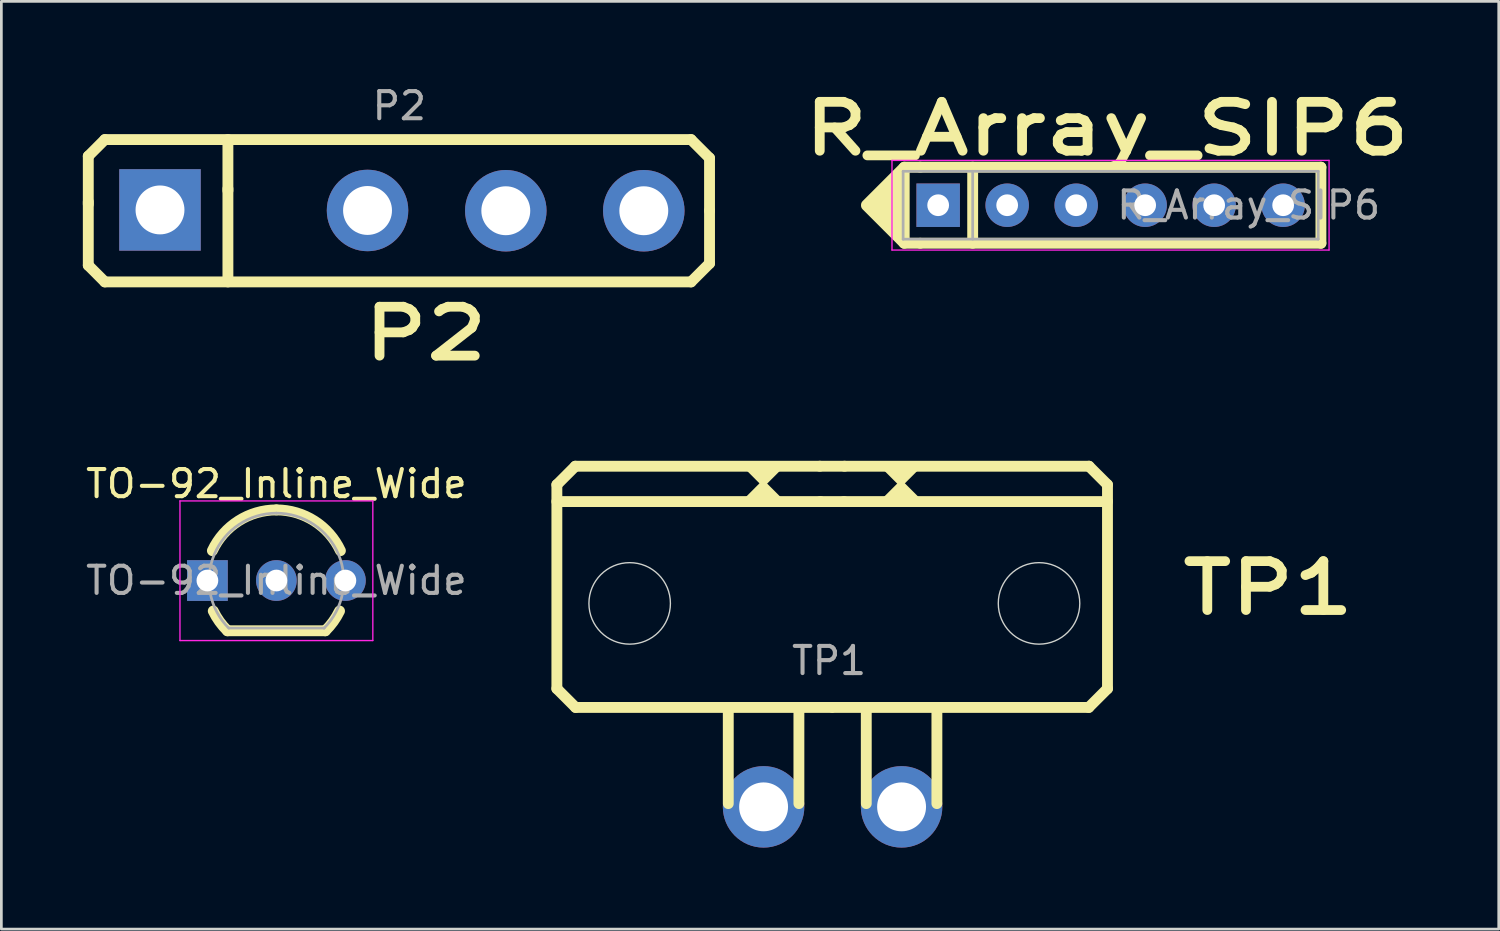
<source format=kicad_pcb>
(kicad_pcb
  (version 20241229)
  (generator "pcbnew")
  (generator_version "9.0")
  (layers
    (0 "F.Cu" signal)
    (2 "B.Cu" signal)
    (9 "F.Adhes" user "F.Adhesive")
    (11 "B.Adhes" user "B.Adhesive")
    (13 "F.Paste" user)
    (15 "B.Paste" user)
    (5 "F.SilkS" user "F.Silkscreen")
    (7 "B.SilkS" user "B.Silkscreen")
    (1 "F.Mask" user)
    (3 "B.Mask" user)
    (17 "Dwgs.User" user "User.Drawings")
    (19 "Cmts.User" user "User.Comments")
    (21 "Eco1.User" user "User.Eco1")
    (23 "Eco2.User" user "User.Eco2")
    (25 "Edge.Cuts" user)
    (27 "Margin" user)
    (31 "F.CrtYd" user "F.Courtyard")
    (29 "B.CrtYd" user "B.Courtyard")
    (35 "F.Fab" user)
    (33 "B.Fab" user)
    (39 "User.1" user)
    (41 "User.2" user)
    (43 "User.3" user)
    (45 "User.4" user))
  (footprint "R_Array_SIP6"
    (layer "F.Cu")
    (at 31.497 4.485)
    (property "Reference" "R_Array_SIP6" (at 6.2 -2.8 0) (layer "F.SilkS") (effects (font (size 1.8 2.3) (thickness 0.36) (bold yes))))
    (attr through_hole)
    (fp_line (start -0.67 -1.38) (end -1.26 -1.38) (stroke (width 0.4) (type default)) (layer "F.SilkS"))
    (fp_line (start -0.67 1.42) (end -1.26 1.42) (stroke (width 0.4) (type default)) (layer "F.SilkS"))
    (fp_line (start -0.67 1.42) (end 14.08 1.42) (stroke (width 0.4) (type solid)) (layer "F.SilkS"))
    (fp_line (start 1.26 -1.38) (end 1.26 1.42) (stroke (width 0.4) (type solid)) (layer "F.SilkS"))
    (fp_line (start 14.08 -1.38) (end -0.67 -1.38) (stroke (width 0.4) (type solid)) (layer "F.SilkS"))
    (fp_line (start 14.08 1.42) (end 14.08 -1.38) (stroke (width 0.4) (type solid)) (layer "F.SilkS"))
    (fp_poly (pts (xy -1.26 -1.38) (xy -2.65 0.01) (xy -2.65 0.03) (xy -1.26 1.42)) (stroke (width 0.4) (type solid)) (fill yes) (layer "F.SilkS"))
    (fp_line (start -1.71 -1.63) (end -1.71 1.67) (stroke (width 0.05) (type solid)) (layer "F.CrtYd"))
    (fp_line (start -1.71 1.67) (end 14.38 1.67) (stroke (width 0.05) (type solid)) (layer "F.CrtYd"))
    (fp_line (start 14.38 -1.63) (end -1.71 -1.63) (stroke (width 0.05) (type solid)) (layer "F.CrtYd"))
    (fp_line (start 14.38 1.67) (end 14.38 -1.63) (stroke (width 0.05) (type solid)) (layer "F.CrtYd"))
    (fp_line (start -1.3 -1.23) (end -1.3 1.27) (stroke (width 0.1) (type solid)) (layer "F.Fab"))
    (fp_line (start -1.3 1.27) (end 13.98 1.27) (stroke (width 0.1) (type solid)) (layer "F.Fab"))
    (fp_line (start 1.26 -1.23) (end 1.26 1.27) (stroke (width 0.1) (type solid)) (layer "F.Fab"))
    (fp_line (start 13.98 -1.23) (end -1.3 -1.23) (stroke (width 0.1) (type solid)) (layer "F.Fab"))
    (fp_line (start 13.98 1.27) (end 13.98 -1.23) (stroke (width 0.1) (type solid)) (layer "F.Fab"))
    (fp_text user "${REFERENCE}" (at 11.42 0.02 0) (layer "F.Fab") (effects (font (size 1 1) (thickness 0.15))))
    (pad "1" thru_hole rect (at -0.01 0.02) (size 1.6 1.6) (drill 0.8) (layers "*.Cu" "*.Mask"))
    (pad "2" thru_hole oval (at 2.53 0.02) (size 1.6 1.6) (drill 0.8) (layers "*.Cu" "*.Mask"))
    (pad "3" thru_hole oval (at 5.07 0.02) (size 1.6 1.6) (drill 0.8) (layers "*.Cu" "*.Mask"))
    (pad "4" thru_hole oval (at 7.61 0.02) (size 1.6 1.6) (drill 0.8) (layers "*.Cu" "*.Mask"))
    (pad "5" thru_hole oval (at 10.15 0.02) (size 1.6 1.6) (drill 0.8) (layers "*.Cu" "*.Mask"))
    (pad "6" thru_hole oval (at 12.69 0.02) (size 1.6 1.6) (drill 0.8) (layers "*.Cu" "*.Mask")))
  (footprint "TP1"
    (layer "F.Cu")
    (at 25.06 26.643)
    (property "Reference" "TP1" (at 18.58 -8.05 0) (unlocked yes) (layer "F.SilkS") (effects (font (size 1.8 2.3) (thickness 0.36) (bold yes))))
    (attr through_hole)
    (fp_line (start -7.61 -11.85) (end -6.93 -12.53) (stroke (width 0.4) (type default)) (layer "F.SilkS"))
    (fp_line (start -7.61 -11.23) (end 2.09 -11.23) (stroke (width 0.4) (type default)) (layer "F.SilkS"))
    (fp_line (start -7.61 -4.34) (end -7.61 -11.85) (stroke (width 0.4) (type default)) (layer "F.SilkS"))
    (fp_line (start -6.93 -12.53) (end 2.07 -12.53) (stroke (width 0.4) (type default)) (layer "F.SilkS"))
    (fp_line (start -6.92 -3.65) (end -7.61 -4.34) (stroke (width 0.4) (type default)) (layer "F.SilkS"))
    (fp_line (start -1.3 -3.65) (end -1.3 -0.11) (stroke (width 0.4) (type default)) (layer "F.SilkS"))
    (fp_line (start 1.3 -3.65) (end 1.3 -0.11) (stroke (width 0.4) (type default)) (layer "F.SilkS"))
    (fp_line (start 2.07 -12.53) (end 2.98 -12.53) (stroke (width 0.4) (type default)) (layer "F.SilkS"))
    (fp_line (start 2.09 -11.23) (end 2.96 -11.23) (stroke (width 0.4) (type default)) (layer "F.SilkS"))
    (fp_line (start 2.51 -3.65) (end -6.92 -3.65) (stroke (width 0.4) (type default)) (layer "F.SilkS"))
    (fp_line (start 2.54 -3.65) (end 11.97 -3.65) (stroke (width 0.4) (type default)) (layer "F.SilkS"))
    (fp_line (start 3.78 -3.65) (end 3.78 -0.11) (stroke (width 0.4) (type default)) (layer "F.SilkS"))
    (fp_line (start 6.38 -3.65) (end 6.38 -0.11) (stroke (width 0.4) (type default)) (layer "F.SilkS"))
    (fp_line (start 11.97 -3.65) (end 12.66 -4.34) (stroke (width 0.4) (type default)) (layer "F.SilkS"))
    (fp_line (start 11.98 -12.53) (end 2.98 -12.53) (stroke (width 0.4) (type default)) (layer "F.SilkS"))
    (fp_line (start 12.66 -11.85) (end 11.98 -12.53) (stroke (width 0.4) (type default)) (layer "F.SilkS"))
    (fp_line (start 12.66 -11.23) (end 2.96 -11.23) (stroke (width 0.4) (type default)) (layer "F.SilkS"))
    (fp_line (start 12.66 -4.34) (end 12.66 -11.85) (stroke (width 0.4) (type default)) (layer "F.SilkS"))
    (fp_poly (pts (xy 0.62 -11.26) (xy -0.01 -11.89) (xy -0.02 -11.89) (xy -0.65 -11.26)) (stroke (width 0.2) (type solid)) (fill yes) (layer "F.SilkS"))
    (fp_poly (pts (xy 0.63 -12.53) (xy 0 -11.9) (xy -0.01 -11.9) (xy -0.64 -12.53)) (stroke (width 0.2) (type solid)) (fill yes) (layer "F.SilkS"))
    (fp_poly (pts (xy 4.42 -12.53) (xy 5.05 -11.9) (xy 5.06 -11.9) (xy 5.69 -12.53)) (stroke (width 0.2) (type solid)) (fill yes) (layer "F.SilkS"))
    (fp_poly (pts (xy 4.43 -11.26) (xy 5.06 -11.89) (xy 5.07 -11.89) (xy 5.7 -11.26)) (stroke (width 0.2) (type solid)) (fill yes) (layer "F.SilkS"))
    (fp_circle (center -4.93 -7.48) (end -3.43 -7.48) (stroke (width 0.05) (type default)) (fill no) (layer "Edge.Cuts"))
    (fp_circle (center 10.14 -7.48) (end 11.64 -7.48) (stroke (width 0.05) (type default)) (fill no) (layer "Edge.Cuts"))
    (fp_text user "${REFERENCE}" (at 2.41 -5.37 0) (unlocked yes) (layer "F.Fab") (effects (font (size 1 1) (thickness 0.15))))
    (pad "1" thru_hole circle (at 0 0.01) (size 3 3) (drill 1.8) (layers "*.Cu" "*.Mask"))
    (pad "2" thru_hole circle (at 5.08 0.01) (size 3 3) (drill 1.8) (layers "*.Cu" "*.Mask")))
  (footprint "P2"
    (layer "F.Cu")
    (at 2.84 4.678)
    (property "Reference" "P2" (at 9.78 4.55 0) (unlocked yes) (layer "F.SilkS") (effects (font (size 1.8 2.3) (thickness 0.36) (bold yes))))
    (attr through_hole)
    (fp_line (start -2.64 -1.98) (end -2.64 -0.21) (stroke (width 0.4) (type default)) (layer "F.SilkS"))
    (fp_line (start -2.64 2.04) (end -2.64 -0.3) (stroke (width 0.4) (type default)) (layer "F.SilkS"))
    (fp_line (start -2.03 -2.59) (end -2.64 -1.98) (stroke (width 0.4) (type default)) (layer "F.SilkS"))
    (fp_line (start -2.03 2.65) (end -2.64 2.04) (stroke (width 0.4) (type default)) (layer "F.SilkS"))
    (fp_line (start 2.5 -2.59) (end 2.5 -0.71) (stroke (width 0.4) (type default)) (layer "F.SilkS"))
    (fp_line (start 2.5 2.65) (end 2.5 -0.78) (stroke (width 0.4) (type default)) (layer "F.SilkS"))
    (fp_line (start 19.55 -2.59) (end -2.03 -2.59) (stroke (width 0.4) (type default)) (layer "F.SilkS"))
    (fp_line (start 19.55 2.65) (end -2.03 2.65) (stroke (width 0.4) (type default)) (layer "F.SilkS"))
    (fp_line (start 20.23 -1.91) (end 19.55 -2.59) (stroke (width 0.4) (type default)) (layer "F.SilkS"))
    (fp_line (start 20.23 0.03) (end 20.23 -1.91) (stroke (width 0.4) (type default)) (layer "F.SilkS"))
    (fp_line (start 20.23 0.03) (end 20.23 1.97) (stroke (width 0.4) (type default)) (layer "F.SilkS"))
    (fp_line (start 20.23 1.97) (end 19.55 2.65) (stroke (width 0.4) (type default)) (layer "F.SilkS"))
    (fp_text user "${REFERENCE}" (at 8.81 -3.83 0) (unlocked yes) (layer "F.Fab") (effects (font (size 1 1) (thickness 0.15))))
    (pad "1" thru_hole rect (at 0 0) (size 3 3) (drill 1.8) (layers "*.Cu" "*.Mask"))
    (pad "2" thru_hole circle (at 7.64 0.02) (size 3 3) (drill 1.8) (layers "*.Cu" "*.Mask"))
    (pad "3" thru_hole circle (at 12.73 0.03) (size 3 3) (drill 1.8) (layers "*.Cu" "*.Mask"))
    (pad "4" thru_hole circle (at 17.81 0.03) (size 3 3) (drill 1.8) (layers "*.Cu" "*.Mask")))
  (footprint "TO-92_Inline_Wide"
    (layer "F.Cu")
    (at 4.585 18.321)
    (property "Reference" "TO-92_Inline_Wide" (at 2.54 -3.56 0) (layer "F.SilkS") (effects (font (size 1 1) (thickness 0.15))))
    (attr through_hole)
    (fp_line (start 0.74 1.85) (end 4.34 1.85) (stroke (width 0.4) (type solid)) (layer "F.SilkS"))
    (fp_arc (start 0.1836 -1.098807) (mid 1.143021 -2.192817) (end 2.54 -2.6) (stroke (width 0.4) (type solid)) (layer "F.SilkS"))
    (fp_arc (start 0.74 1.85) (mid 0.446097 1.509328) (end 0.215816 1.122795) (stroke (width 0.4) (type solid)) (layer "F.SilkS"))
    (fp_arc (start 2.54 -2.6) (mid 3.936979 -2.192817) (end 4.8964 -1.098807) (stroke (width 0.4) (type solid)) (layer "F.SilkS"))
    (fp_arc (start 4.864184 1.122795) (mid 4.633903 1.509328) (end 4.34 1.85) (stroke (width 0.4) (type solid)) (layer "F.SilkS"))
    (fp_line (start -1.01 -2.93) (end -1.01 2.21) (stroke (width 0.05) (type solid)) (layer "F.CrtYd"))
    (fp_line (start -1.01 -2.93) (end 6.09 -2.93) (stroke (width 0.05) (type solid)) (layer "F.CrtYd"))
    (fp_line (start 6.09 2.21) (end -1.01 2.21) (stroke (width 0.05) (type solid)) (layer "F.CrtYd"))
    (fp_line (start 6.09 2.21) (end 6.09 -2.93) (stroke (width 0.05) (type solid)) (layer "F.CrtYd"))
    (fp_line (start 0.8 1.75) (end 4.3 1.75) (stroke (width 0.1) (type solid)) (layer "F.Fab"))
    (fp_arc (start 0.786375 1.753625) (mid 0.248779 -0.949055) (end 2.54 -2.48) (stroke (width 0.1) (type solid)) (layer "F.Fab"))
    (fp_arc (start 2.54 -2.48) (mid 4.831221 -0.949055) (end 4.293625 1.753625) (stroke (width 0.1) (type solid)) (layer "F.Fab"))
    (fp_text user "${REFERENCE}" (at 2.54 0 0) (layer "F.Fab") (effects (font (size 1 1) (thickness 0.15))))
    (pad "1" thru_hole rect (at 0 0) (size 1.5 1.5) (drill 0.8) (layers "*.Cu" "*.Mask"))
    (pad "2" thru_hole circle (at 2.54 0) (size 1.5 1.5) (drill 0.8) (layers "*.Cu" "*.Mask"))
    (pad "3" thru_hole circle (at 5.08 0) (size 1.5 1.5) (drill 0.8) (layers "*.Cu" "*.Mask")))
  (gr_rect
    (start -3 -3)
    (end 52.123 31.153)
    (stroke (width 0.1) (type default))
    (fill no)
    (layer "Edge.Cuts")))
</source>
